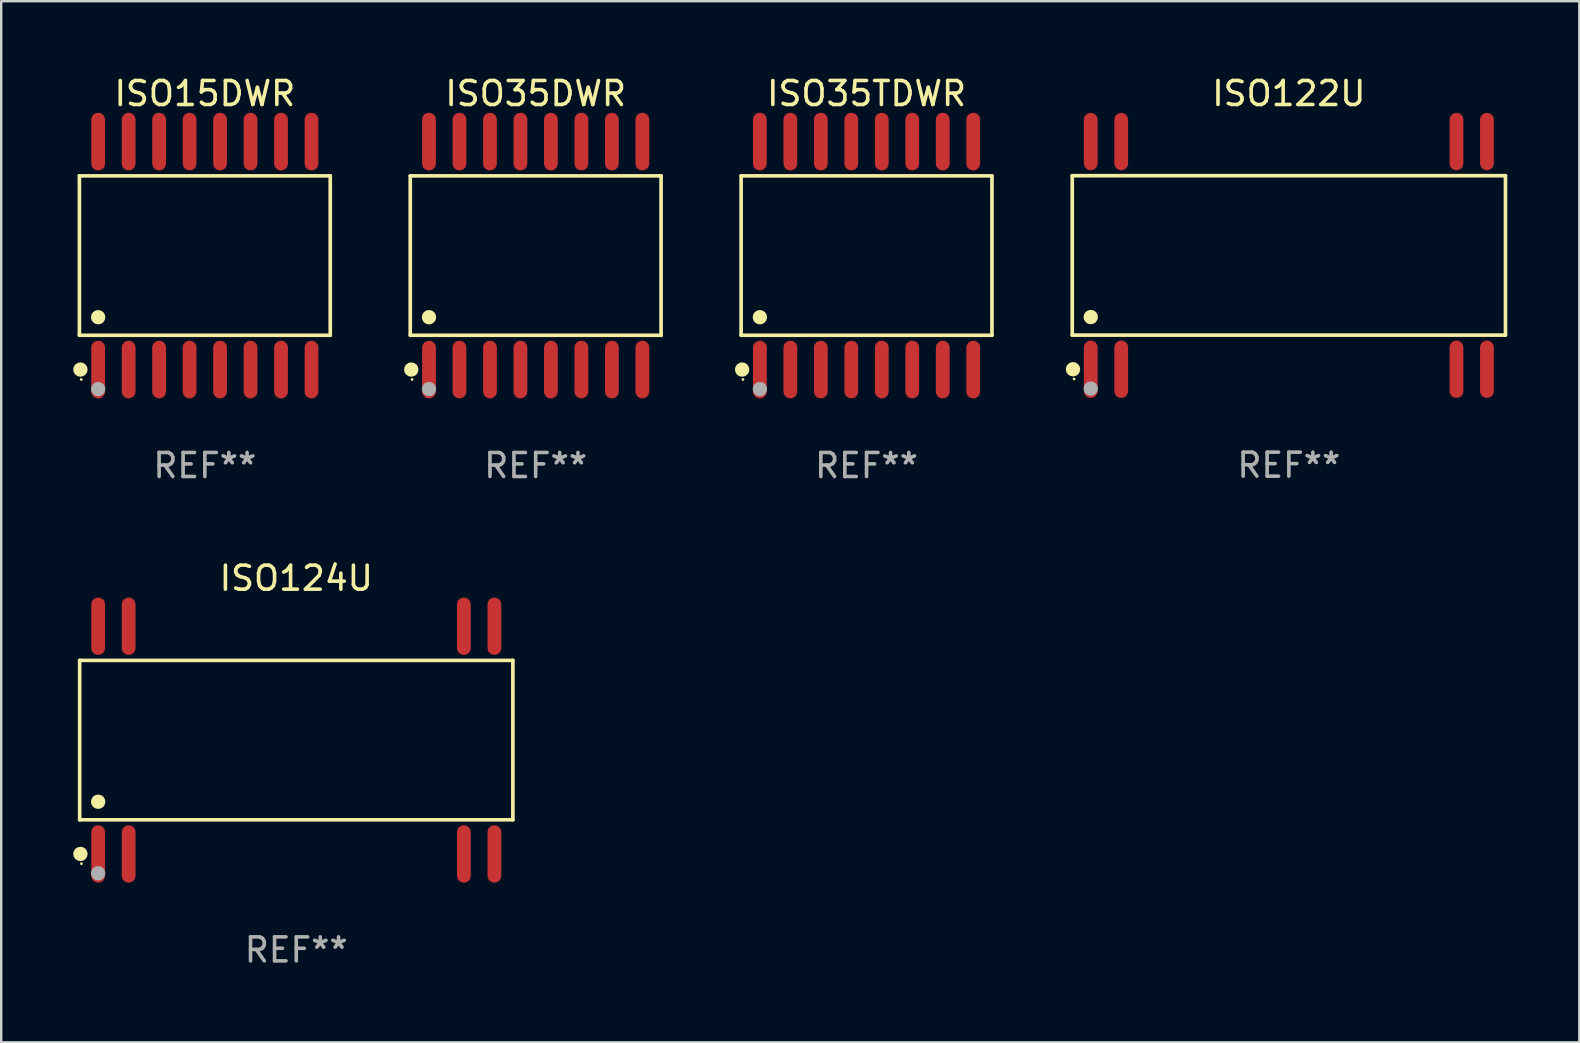
<source format=kicad_pcb>
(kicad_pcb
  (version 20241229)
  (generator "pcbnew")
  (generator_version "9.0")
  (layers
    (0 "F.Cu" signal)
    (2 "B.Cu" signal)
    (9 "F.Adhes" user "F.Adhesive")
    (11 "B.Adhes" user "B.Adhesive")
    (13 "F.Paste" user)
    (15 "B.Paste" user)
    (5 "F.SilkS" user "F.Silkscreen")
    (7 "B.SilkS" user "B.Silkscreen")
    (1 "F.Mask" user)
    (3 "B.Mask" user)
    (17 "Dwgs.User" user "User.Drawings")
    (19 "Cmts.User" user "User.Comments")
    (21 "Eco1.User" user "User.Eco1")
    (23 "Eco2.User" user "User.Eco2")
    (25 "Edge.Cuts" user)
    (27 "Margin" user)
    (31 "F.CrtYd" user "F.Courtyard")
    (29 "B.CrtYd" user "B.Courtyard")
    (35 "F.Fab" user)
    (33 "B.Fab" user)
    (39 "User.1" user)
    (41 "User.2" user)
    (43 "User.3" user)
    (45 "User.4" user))
  (footprint "ISO15DWR"
    (layer "F.Cu")
    (at 5.485 7.599)
    (property "Reference" "ISO15DWR" (at 0 -6.75 0) (layer "F.SilkS") (effects (font (size 1 1) (thickness 0.15))))
    (attr through_hole)
    (fp_line (start -5.226 -3.321) (end 5.226 -3.321) (stroke (width 0.152) (type solid)) (layer "F.SilkS"))
    (fp_line (start -5.226 3.321) (end -5.226 -3.321) (stroke (width 0.152) (type solid)) (layer "F.SilkS"))
    (fp_line (start 5.226 -3.321) (end 5.226 3.321) (stroke (width 0.152) (type solid)) (layer "F.SilkS"))
    (fp_line (start 5.226 3.321) (end -5.226 3.321) (stroke (width 0.152) (type solid)) (layer "F.SilkS"))
    (fp_circle (center -5.184 4.75) (end -5.034 4.75) (stroke (width 0.3) (type solid)) (fill no) (layer "F.SilkS"))
    (fp_circle (center -5.15 5.163) (end -5.12 5.163) (stroke (width 0.06) (type solid)) (fill no) (layer "F.SilkS"))
    (fp_circle (center -4.445 2.569) (end -4.295 2.569) (stroke (width 0.3) (type solid)) (fill no) (layer "F.SilkS"))
    (fp_circle (center -4.445 5.563) (end -4.295 5.563) (stroke (width 0.3) (type solid)) (fill no) (layer "F.Fab"))
    (fp_text user "REF**" (at 0 8.75 0) (layer "F.Fab") (effects (font (size 1 1) (thickness 0.15))))
    (pad "1" smd oval (at -4.445 4.75) (size 0.574 2.401) (layers "F.Cu" "F.Mask" "F.Paste"))
    (pad "2" smd oval (at -3.175 4.75) (size 0.574 2.401) (layers "F.Cu" "F.Mask" "F.Paste"))
    (pad "3" smd oval (at -1.905 4.75) (size 0.574 2.401) (layers "F.Cu" "F.Mask" "F.Paste"))
    (pad "4" smd oval (at -0.635 4.75) (size 0.574 2.401) (layers "F.Cu" "F.Mask" "F.Paste"))
    (pad "5" smd oval (at 0.635 4.75) (size 0.574 2.401) (layers "F.Cu" "F.Mask" "F.Paste"))
    (pad "6" smd oval (at 1.905 4.75) (size 0.574 2.401) (layers "F.Cu" "F.Mask" "F.Paste"))
    (pad "7" smd oval (at 3.175 4.75) (size 0.574 2.401) (layers "F.Cu" "F.Mask" "F.Paste"))
    (pad "8" smd oval (at 4.445 4.75) (size 0.574 2.401) (layers "F.Cu" "F.Mask" "F.Paste"))
    (pad "9" smd oval (at 4.445 -4.75) (size 0.574 2.401) (layers "F.Cu" "F.Mask" "F.Paste"))
    (pad "10" smd oval (at 3.175 -4.75) (size 0.574 2.401) (layers "F.Cu" "F.Mask" "F.Paste"))
    (pad "11" smd oval (at 1.905 -4.75) (size 0.574 2.401) (layers "F.Cu" "F.Mask" "F.Paste"))
    (pad "12" smd oval (at 0.635 -4.75) (size 0.574 2.401) (layers "F.Cu" "F.Mask" "F.Paste"))
    (pad "13" smd oval (at -0.635 -4.75) (size 0.574 2.401) (layers "F.Cu" "F.Mask" "F.Paste"))
    (pad "14" smd oval (at -1.905 -4.75) (size 0.574 2.401) (layers "F.Cu" "F.Mask" "F.Paste"))
    (pad "15" smd oval (at -3.175 -4.75) (size 0.574 2.401) (layers "F.Cu" "F.Mask" "F.Paste"))
    (pad "16" smd oval (at -4.445 -4.75) (size 0.574 2.401) (layers "F.Cu" "F.Mask" "F.Paste")))
  (footprint "ISO35TDWR"
    (layer "F.Cu")
    (at 33.058 7.599)
    (property "Reference" "ISO35TDWR" (at 0 -6.75 0) (layer "F.SilkS") (effects (font (size 1 1) (thickness 0.15))))
    (attr through_hole)
    (fp_line (start -5.226 -3.321) (end 5.226 -3.321) (stroke (width 0.152) (type solid)) (layer "F.SilkS"))
    (fp_line (start -5.226 3.321) (end -5.226 -3.321) (stroke (width 0.152) (type solid)) (layer "F.SilkS"))
    (fp_line (start 5.226 -3.321) (end 5.226 3.321) (stroke (width 0.152) (type solid)) (layer "F.SilkS"))
    (fp_line (start 5.226 3.321) (end -5.226 3.321) (stroke (width 0.152) (type solid)) (layer "F.SilkS"))
    (fp_circle (center -5.184 4.75) (end -5.034 4.75) (stroke (width 0.3) (type solid)) (fill no) (layer "F.SilkS"))
    (fp_circle (center -5.15 5.163) (end -5.12 5.163) (stroke (width 0.06) (type solid)) (fill no) (layer "F.SilkS"))
    (fp_circle (center -4.445 2.569) (end -4.295 2.569) (stroke (width 0.3) (type solid)) (fill no) (layer "F.SilkS"))
    (fp_circle (center -4.445 5.563) (end -4.295 5.563) (stroke (width 0.3) (type solid)) (fill no) (layer "F.Fab"))
    (fp_text user "REF**" (at 0 8.75 0) (layer "F.Fab") (effects (font (size 1 1) (thickness 0.15))))
    (pad "1" smd oval (at -4.445 4.75) (size 0.574 2.401) (layers "F.Cu" "F.Mask" "F.Paste"))
    (pad "2" smd oval (at -3.175 4.75) (size 0.574 2.401) (layers "F.Cu" "F.Mask" "F.Paste"))
    (pad "3" smd oval (at -1.905 4.75) (size 0.574 2.401) (layers "F.Cu" "F.Mask" "F.Paste"))
    (pad "4" smd oval (at -0.635 4.75) (size 0.574 2.401) (layers "F.Cu" "F.Mask" "F.Paste"))
    (pad "5" smd oval (at 0.635 4.75) (size 0.574 2.401) (layers "F.Cu" "F.Mask" "F.Paste"))
    (pad "6" smd oval (at 1.905 4.75) (size 0.574 2.401) (layers "F.Cu" "F.Mask" "F.Paste"))
    (pad "7" smd oval (at 3.175 4.75) (size 0.574 2.401) (layers "F.Cu" "F.Mask" "F.Paste"))
    (pad "8" smd oval (at 4.445 4.75) (size 0.574 2.401) (layers "F.Cu" "F.Mask" "F.Paste"))
    (pad "9" smd oval (at 4.445 -4.75) (size 0.574 2.401) (layers "F.Cu" "F.Mask" "F.Paste"))
    (pad "10" smd oval (at 3.175 -4.75) (size 0.574 2.401) (layers "F.Cu" "F.Mask" "F.Paste"))
    (pad "11" smd oval (at 1.905 -4.75) (size 0.574 2.401) (layers "F.Cu" "F.Mask" "F.Paste"))
    (pad "12" smd oval (at 0.635 -4.75) (size 0.574 2.401) (layers "F.Cu" "F.Mask" "F.Paste"))
    (pad "13" smd oval (at -0.635 -4.75) (size 0.574 2.401) (layers "F.Cu" "F.Mask" "F.Paste"))
    (pad "14" smd oval (at -1.905 -4.75) (size 0.574 2.401) (layers "F.Cu" "F.Mask" "F.Paste"))
    (pad "15" smd oval (at -3.175 -4.75) (size 0.574 2.401) (layers "F.Cu" "F.Mask" "F.Paste"))
    (pad "16" smd oval (at -4.445 -4.75) (size 0.574 2.401) (layers "F.Cu" "F.Mask" "F.Paste")))
  (footprint "ISO35DWR"
    (layer "F.Cu")
    (at 19.271 7.599)
    (property "Reference" "ISO35DWR" (at 0 -6.75 0) (layer "F.SilkS") (effects (font (size 1 1) (thickness 0.15))))
    (attr through_hole)
    (fp_line (start -5.226 -3.321) (end 5.226 -3.321) (stroke (width 0.152) (type solid)) (layer "F.SilkS"))
    (fp_line (start -5.226 3.321) (end -5.226 -3.321) (stroke (width 0.152) (type solid)) (layer "F.SilkS"))
    (fp_line (start 5.226 -3.321) (end 5.226 3.321) (stroke (width 0.152) (type solid)) (layer "F.SilkS"))
    (fp_line (start 5.226 3.321) (end -5.226 3.321) (stroke (width 0.152) (type solid)) (layer "F.SilkS"))
    (fp_circle (center -5.184 4.75) (end -5.034 4.75) (stroke (width 0.3) (type solid)) (fill no) (layer "F.SilkS"))
    (fp_circle (center -5.15 5.163) (end -5.12 5.163) (stroke (width 0.06) (type solid)) (fill no) (layer "F.SilkS"))
    (fp_circle (center -4.445 2.569) (end -4.295 2.569) (stroke (width 0.3) (type solid)) (fill no) (layer "F.SilkS"))
    (fp_circle (center -4.445 5.563) (end -4.295 5.563) (stroke (width 0.3) (type solid)) (fill no) (layer "F.Fab"))
    (fp_text user "REF**" (at 0 8.75 0) (layer "F.Fab") (effects (font (size 1 1) (thickness 0.15))))
    (pad "1" smd oval (at -4.445 4.75) (size 0.574 2.401) (layers "F.Cu" "F.Mask" "F.Paste"))
    (pad "2" smd oval (at -3.175 4.75) (size 0.574 2.401) (layers "F.Cu" "F.Mask" "F.Paste"))
    (pad "3" smd oval (at -1.905 4.75) (size 0.574 2.401) (layers "F.Cu" "F.Mask" "F.Paste"))
    (pad "4" smd oval (at -0.635 4.75) (size 0.574 2.401) (layers "F.Cu" "F.Mask" "F.Paste"))
    (pad "5" smd oval (at 0.635 4.75) (size 0.574 2.401) (layers "F.Cu" "F.Mask" "F.Paste"))
    (pad "6" smd oval (at 1.905 4.75) (size 0.574 2.401) (layers "F.Cu" "F.Mask" "F.Paste"))
    (pad "7" smd oval (at 3.175 4.75) (size 0.574 2.401) (layers "F.Cu" "F.Mask" "F.Paste"))
    (pad "8" smd oval (at 4.445 4.75) (size 0.574 2.401) (layers "F.Cu" "F.Mask" "F.Paste"))
    (pad "9" smd oval (at 4.445 -4.75) (size 0.574 2.401) (layers "F.Cu" "F.Mask" "F.Paste"))
    (pad "10" smd oval (at 3.175 -4.75) (size 0.574 2.401) (layers "F.Cu" "F.Mask" "F.Paste"))
    (pad "11" smd oval (at 1.905 -4.75) (size 0.574 2.401) (layers "F.Cu" "F.Mask" "F.Paste"))
    (pad "12" smd oval (at 0.635 -4.75) (size 0.574 2.401) (layers "F.Cu" "F.Mask" "F.Paste"))
    (pad "13" smd oval (at -0.635 -4.75) (size 0.574 2.401) (layers "F.Cu" "F.Mask" "F.Paste"))
    (pad "14" smd oval (at -1.905 -4.75) (size 0.574 2.401) (layers "F.Cu" "F.Mask" "F.Paste"))
    (pad "15" smd oval (at -3.175 -4.75) (size 0.574 2.401) (layers "F.Cu" "F.Mask" "F.Paste"))
    (pad "16" smd oval (at -4.445 -4.75) (size 0.574 2.401) (layers "F.Cu" "F.Mask" "F.Paste")))
  (footprint "ISO122U"
    (layer "F.Cu")
    (at 50.655 7.592)
    (property "Reference" "ISO122U" (at 0 -6.744 0) (layer "F.SilkS") (effects (font (size 1 1) (thickness 0.15))))
    (attr through_hole)
    (fp_line (start -9.026 -3.321) (end 9.026 -3.321) (stroke (width 0.152) (type solid)) (layer "F.SilkS"))
    (fp_line (start -9.026 3.321) (end -9.026 -3.321) (stroke (width 0.152) (type solid)) (layer "F.SilkS"))
    (fp_line (start 9.026 -3.321) (end 9.026 3.321) (stroke (width 0.152) (type solid)) (layer "F.SilkS"))
    (fp_line (start 9.026 3.321) (end -9.026 3.321) (stroke (width 0.152) (type solid)) (layer "F.SilkS"))
    (fp_circle (center -8.994 4.744) (end -8.844 4.744) (stroke (width 0.3) (type solid)) (fill no) (layer "F.SilkS"))
    (fp_circle (center -8.95 5.15) (end -8.92 5.15) (stroke (width 0.06) (type solid)) (fill no) (layer "F.SilkS"))
    (fp_circle (center -8.255 2.569) (end -8.105 2.569) (stroke (width 0.3) (type solid)) (fill no) (layer "F.SilkS"))
    (fp_circle (center -8.255 5.55) (end -8.105 5.55) (stroke (width 0.3) (type solid)) (fill no) (layer "F.Fab"))
    (fp_text user "REF**" (at 0 8.744 0) (layer "F.Fab") (effects (font (size 1 1) (thickness 0.15))))
    (pad "1" smd oval (at -8.255 4.744) (size 0.574 2.388) (layers "F.Cu" "F.Mask" "F.Paste"))
    (pad "2" smd oval (at -6.985 4.744) (size 0.574 2.388) (layers "F.Cu" "F.Mask" "F.Paste"))
    (pad "13" smd oval (at 6.985 4.744) (size 0.574 2.388) (layers "F.Cu" "F.Mask" "F.Paste"))
    (pad "14" smd oval (at 8.255 4.744) (size 0.574 2.388) (layers "F.Cu" "F.Mask" "F.Paste"))
    (pad "15" smd oval (at 8.255 -4.744) (size 0.574 2.388) (layers "F.Cu" "F.Mask" "F.Paste"))
    (pad "16" smd oval (at 6.985 -4.744) (size 0.574 2.388) (layers "F.Cu" "F.Mask" "F.Paste"))
    (pad "27" smd oval (at -6.985 -4.744) (size 0.574 2.388) (layers "F.Cu" "F.Mask" "F.Paste"))
    (pad "28" smd oval (at -8.255 -4.744) (size 0.574 2.388) (layers "F.Cu" "F.Mask" "F.Paste")))
  (footprint "ISO124U"
    (layer "F.Cu")
    (at 9.295 27.789)
    (property "Reference" "ISO124U" (at 0 -6.744 0) (layer "F.SilkS") (effects (font (size 1 1) (thickness 0.15))))
    (attr through_hole)
    (fp_line (start -9.026 -3.321) (end 9.026 -3.321) (stroke (width 0.152) (type solid)) (layer "F.SilkS"))
    (fp_line (start -9.026 3.321) (end -9.026 -3.321) (stroke (width 0.152) (type solid)) (layer "F.SilkS"))
    (fp_line (start 9.026 -3.321) (end 9.026 3.321) (stroke (width 0.152) (type solid)) (layer "F.SilkS"))
    (fp_line (start 9.026 3.321) (end -9.026 3.321) (stroke (width 0.152) (type solid)) (layer "F.SilkS"))
    (fp_circle (center -8.994 4.744) (end -8.844 4.744) (stroke (width 0.3) (type solid)) (fill no) (layer "F.SilkS"))
    (fp_circle (center -8.95 5.15) (end -8.92 5.15) (stroke (width 0.06) (type solid)) (fill no) (layer "F.SilkS"))
    (fp_circle (center -8.255 2.569) (end -8.105 2.569) (stroke (width 0.3) (type solid)) (fill no) (layer "F.SilkS"))
    (fp_circle (center -8.255 5.55) (end -8.105 5.55) (stroke (width 0.3) (type solid)) (fill no) (layer "F.Fab"))
    (fp_text user "REF**" (at 0 8.744 0) (layer "F.Fab") (effects (font (size 1 1) (thickness 0.15))))
    (pad "1" smd oval (at -8.255 4.744) (size 0.574 2.388) (layers "F.Cu" "F.Mask" "F.Paste"))
    (pad "2" smd oval (at -6.985 4.744) (size 0.574 2.388) (layers "F.Cu" "F.Mask" "F.Paste"))
    (pad "13" smd oval (at 6.985 4.744) (size 0.574 2.388) (layers "F.Cu" "F.Mask" "F.Paste"))
    (pad "14" smd oval (at 8.255 4.744) (size 0.574 2.388) (layers "F.Cu" "F.Mask" "F.Paste"))
    (pad "15" smd oval (at 8.255 -4.744) (size 0.574 2.388) (layers "F.Cu" "F.Mask" "F.Paste"))
    (pad "16" smd oval (at 6.985 -4.744) (size 0.574 2.388) (layers "F.Cu" "F.Mask" "F.Paste"))
    (pad "27" smd oval (at -6.985 -4.744) (size 0.574 2.388) (layers "F.Cu" "F.Mask" "F.Paste"))
    (pad "28" smd oval (at -8.255 -4.744) (size 0.574 2.388) (layers "F.Cu" "F.Mask" "F.Paste")))
  (gr_rect
    (start -3 -3)
    (end 62.758 40.382)
    (stroke (width 0.1) (type default))
    (fill no)
    (layer "Edge.Cuts")))
</source>
